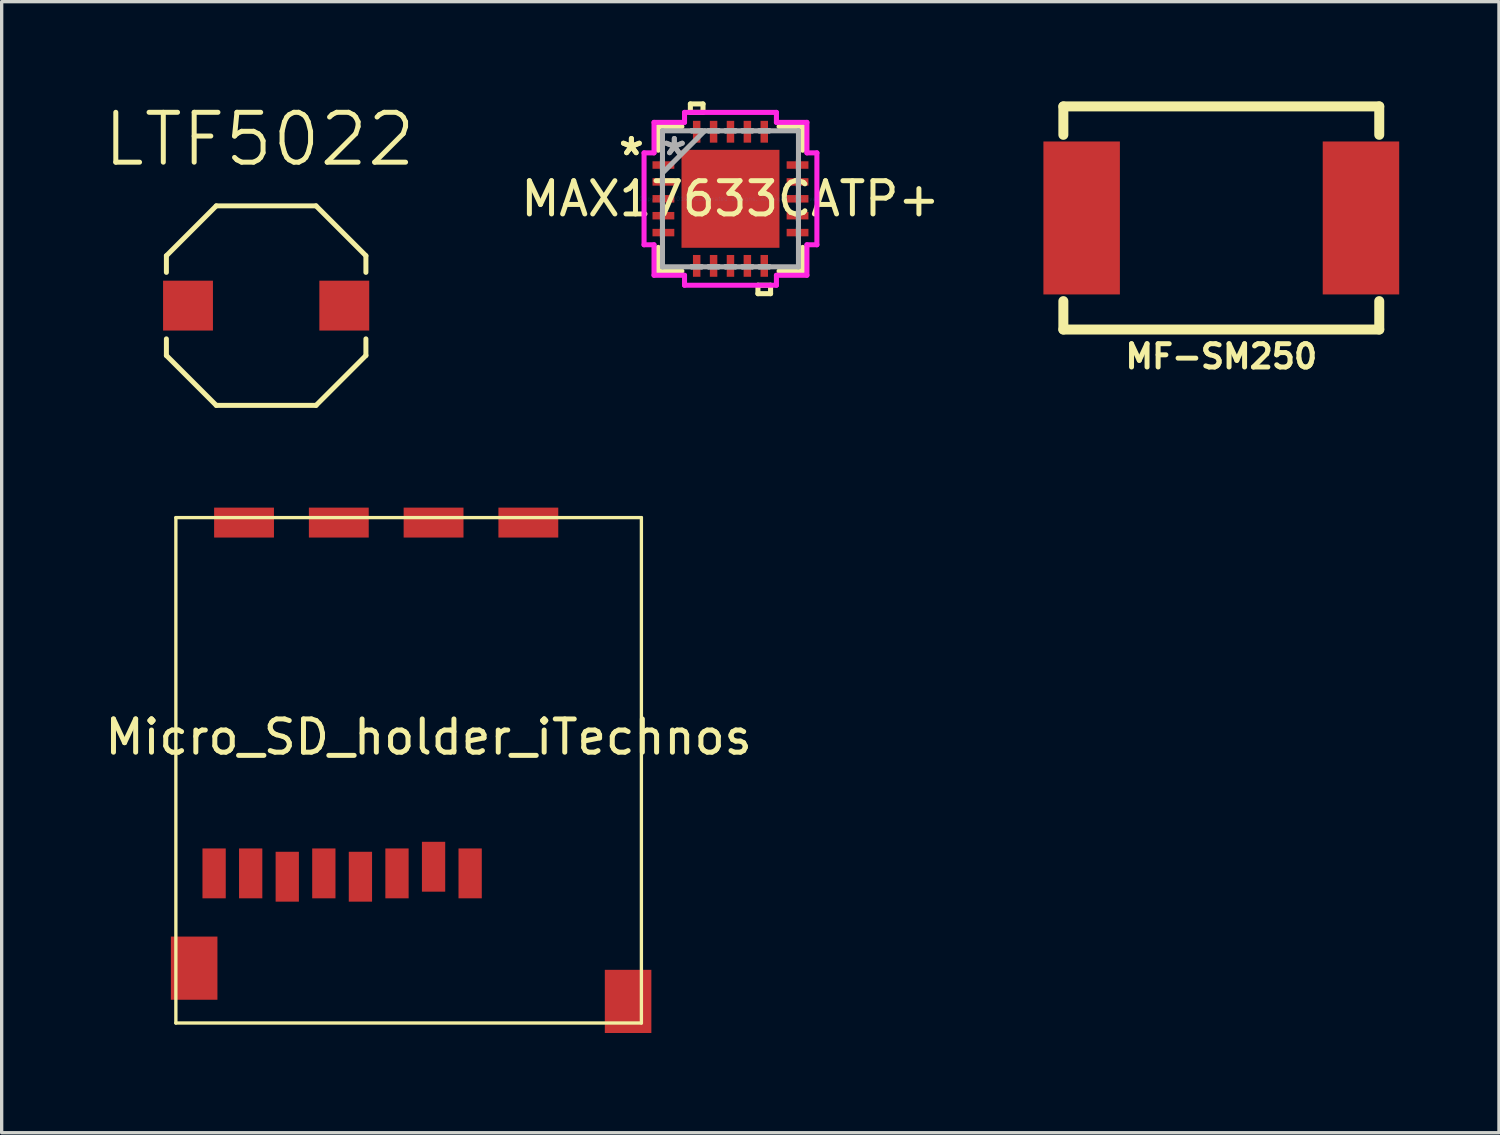
<source format=kicad_pcb>
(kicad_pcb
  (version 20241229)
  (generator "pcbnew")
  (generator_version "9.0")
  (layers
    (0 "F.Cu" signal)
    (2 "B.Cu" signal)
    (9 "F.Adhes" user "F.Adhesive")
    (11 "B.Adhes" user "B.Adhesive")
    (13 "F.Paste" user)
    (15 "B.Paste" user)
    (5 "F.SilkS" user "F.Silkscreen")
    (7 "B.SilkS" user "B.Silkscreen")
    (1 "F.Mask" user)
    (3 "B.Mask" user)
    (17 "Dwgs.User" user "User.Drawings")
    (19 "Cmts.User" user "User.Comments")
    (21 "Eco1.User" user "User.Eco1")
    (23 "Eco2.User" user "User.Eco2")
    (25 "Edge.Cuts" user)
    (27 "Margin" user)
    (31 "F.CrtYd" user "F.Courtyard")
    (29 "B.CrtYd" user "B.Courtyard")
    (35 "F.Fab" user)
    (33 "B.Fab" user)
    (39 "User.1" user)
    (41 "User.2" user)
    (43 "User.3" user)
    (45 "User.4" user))
  (footprint "MF-SM250"
    (layer "F.Cu")
    (at 33.679 3.505)
    (property "Reference" "MF-SM250" (at 0 4.166 0) (layer "F.SilkS") (effects (font (size 0.7 0.7) (thickness 0.15))))
    (attr through_hole)
    (fp_line (start -4.75 -3.355) (end -4.75 -2.5) (stroke (width 0.3) (type solid)) (layer "F.SilkS"))
    (fp_line (start -4.75 -3.355) (end 4.75 -3.355) (stroke (width 0.3) (type solid)) (layer "F.SilkS"))
    (fp_line (start -4.75 2.5) (end -4.75 3.355) (stroke (width 0.3) (type solid)) (layer "F.SilkS"))
    (fp_line (start -4.75 3.355) (end 4.75 3.355) (stroke (width 0.3) (type solid)) (layer "F.SilkS"))
    (fp_line (start 4.75 -3.355) (end 4.75 -2.5) (stroke (width 0.3) (type solid)) (layer "F.SilkS"))
    (fp_line (start 4.75 2.5) (end 4.75 3.355) (stroke (width 0.3) (type solid)) (layer "F.SilkS"))
    (pad "1" smd rect (at -4.2 0) (size 2.3 4.6) (layers "F.Cu" "F.Mask" "F.Paste"))
    (pad "2" smd rect (at 4.2 0) (size 2.3 4.6) (layers "F.Cu" "F.Mask" "F.Paste")))
  (footprint "MAX17633CATP+"
    (layer "F.Cu")
    (at 18.918 2.929)
    (property "Reference" "MAX17633CATP+" (at 0 0 0) (layer "F.SilkS") (effects (font (size 1 1) (thickness 0.15))))
    (attr through_hole)
    (fp_line (start -2.172 -2.172) (end -2.172 -1.461) (stroke (width 0.152) (type solid)) (layer "F.SilkS"))
    (fp_line (start -2.172 1.461) (end -2.172 2.172) (stroke (width 0.152) (type solid)) (layer "F.SilkS"))
    (fp_line (start -2.172 2.172) (end -1.461 2.172) (stroke (width 0.152) (type solid)) (layer "F.SilkS"))
    (fp_line (start -1.461 -2.172) (end -2.172 -2.172) (stroke (width 0.152) (type solid)) (layer "F.SilkS"))
    (fp_line (start -1.206 -2.853) (end -0.826 -2.853) (stroke (width 0.152) (type solid)) (layer "F.SilkS"))
    (fp_line (start -1.206 -2.599) (end -1.206 -2.853) (stroke (width 0.152) (type solid)) (layer "F.SilkS"))
    (fp_line (start -0.826 -2.853) (end -0.826 -2.599) (stroke (width 0.152) (type solid)) (layer "F.SilkS"))
    (fp_line (start -0.826 -2.599) (end -1.206 -2.599) (stroke (width 0.152) (type solid)) (layer "F.SilkS"))
    (fp_line (start 0.826 2.599) (end 0.826 2.853) (stroke (width 0.152) (type solid)) (layer "F.SilkS"))
    (fp_line (start 0.826 2.853) (end 1.206 2.853) (stroke (width 0.152) (type solid)) (layer "F.SilkS"))
    (fp_line (start 1.206 2.599) (end 0.826 2.599) (stroke (width 0.152) (type solid)) (layer "F.SilkS"))
    (fp_line (start 1.206 2.853) (end 1.206 2.599) (stroke (width 0.152) (type solid)) (layer "F.SilkS"))
    (fp_line (start 1.461 2.172) (end 2.172 2.172) (stroke (width 0.152) (type solid)) (layer "F.SilkS"))
    (fp_line (start 2.172 -2.172) (end 1.461 -2.172) (stroke (width 0.152) (type solid)) (layer "F.SilkS"))
    (fp_line (start 2.172 -1.461) (end 2.172 -2.172) (stroke (width 0.152) (type solid)) (layer "F.SilkS"))
    (fp_line (start 2.172 2.172) (end 2.172 1.461) (stroke (width 0.152) (type solid)) (layer "F.SilkS"))
    (fp_line (start -1.373 -1.373) (end -1.373 -0.1) (stroke (width 0.152) (type solid)) (layer "F.Paste"))
    (fp_line (start -1.373 -0.1) (end -0.1 -0.1) (stroke (width 0.152) (type solid)) (layer "F.Paste"))
    (fp_line (start -1.373 0.1) (end -1.373 1.373) (stroke (width 0.152) (type solid)) (layer "F.Paste"))
    (fp_line (start -1.373 1.373) (end -0.1 1.373) (stroke (width 0.152) (type solid)) (layer "F.Paste"))
    (fp_line (start -0.1 -1.373) (end -1.373 -1.373) (stroke (width 0.152) (type solid)) (layer "F.Paste"))
    (fp_line (start -0.1 -0.1) (end -0.1 -1.373) (stroke (width 0.152) (type solid)) (layer "F.Paste"))
    (fp_line (start -0.1 0.1) (end -1.373 0.1) (stroke (width 0.152) (type solid)) (layer "F.Paste"))
    (fp_line (start -0.1 1.373) (end -0.1 0.1) (stroke (width 0.152) (type solid)) (layer "F.Paste"))
    (fp_line (start 0.1 -1.373) (end 0.1 -0.1) (stroke (width 0.152) (type solid)) (layer "F.Paste"))
    (fp_line (start 0.1 -0.1) (end 1.373 -0.1) (stroke (width 0.152) (type solid)) (layer "F.Paste"))
    (fp_line (start 0.1 0.1) (end 0.1 1.373) (stroke (width 0.152) (type solid)) (layer "F.Paste"))
    (fp_line (start 0.1 1.373) (end 1.373 1.373) (stroke (width 0.152) (type solid)) (layer "F.Paste"))
    (fp_line (start 1.373 -1.373) (end 0.1 -1.373) (stroke (width 0.152) (type solid)) (layer "F.Paste"))
    (fp_line (start 1.373 -0.1) (end 1.373 -1.373) (stroke (width 0.152) (type solid)) (layer "F.Paste"))
    (fp_line (start 1.373 0.1) (end 0.1 0.1) (stroke (width 0.152) (type solid)) (layer "F.Paste"))
    (fp_line (start 1.373 1.373) (end 1.373 0.1) (stroke (width 0.152) (type solid)) (layer "F.Paste"))
    (fp_line (start -2.599 -1.382) (end -2.299 -1.382) (stroke (width 0.152) (type solid)) (layer "F.CrtYd"))
    (fp_line (start -2.599 1.382) (end -2.599 -1.382) (stroke (width 0.152) (type solid)) (layer "F.CrtYd"))
    (fp_line (start -2.299 -2.299) (end -1.382 -2.299) (stroke (width 0.152) (type solid)) (layer "F.CrtYd"))
    (fp_line (start -2.299 -1.382) (end -2.299 -2.299) (stroke (width 0.152) (type solid)) (layer "F.CrtYd"))
    (fp_line (start -2.299 1.382) (end -2.599 1.382) (stroke (width 0.152) (type solid)) (layer "F.CrtYd"))
    (fp_line (start -2.299 2.299) (end -2.299 1.382) (stroke (width 0.152) (type solid)) (layer "F.CrtYd"))
    (fp_line (start -1.382 -2.599) (end 1.382 -2.599) (stroke (width 0.152) (type solid)) (layer "F.CrtYd"))
    (fp_line (start -1.382 -2.299) (end -1.382 -2.599) (stroke (width 0.152) (type solid)) (layer "F.CrtYd"))
    (fp_line (start -1.382 2.299) (end -2.299 2.299) (stroke (width 0.152) (type solid)) (layer "F.CrtYd"))
    (fp_line (start -1.382 2.599) (end -1.382 2.299) (stroke (width 0.152) (type solid)) (layer "F.CrtYd"))
    (fp_line (start 1.382 -2.599) (end 1.382 -2.299) (stroke (width 0.152) (type solid)) (layer "F.CrtYd"))
    (fp_line (start 1.382 -2.299) (end 2.299 -2.299) (stroke (width 0.152) (type solid)) (layer "F.CrtYd"))
    (fp_line (start 1.382 2.299) (end 1.382 2.599) (stroke (width 0.152) (type solid)) (layer "F.CrtYd"))
    (fp_line (start 1.382 2.599) (end -1.382 2.599) (stroke (width 0.152) (type solid)) (layer "F.CrtYd"))
    (fp_line (start 2.299 -2.299) (end 2.299 -1.382) (stroke (width 0.152) (type solid)) (layer "F.CrtYd"))
    (fp_line (start 2.299 -1.382) (end 2.599 -1.382) (stroke (width 0.152) (type solid)) (layer "F.CrtYd"))
    (fp_line (start 2.299 1.382) (end 2.299 2.299) (stroke (width 0.152) (type solid)) (layer "F.CrtYd"))
    (fp_line (start 2.299 2.299) (end 1.382 2.299) (stroke (width 0.152) (type solid)) (layer "F.CrtYd"))
    (fp_line (start 2.599 -1.382) (end 2.599 1.382) (stroke (width 0.152) (type solid)) (layer "F.CrtYd"))
    (fp_line (start 2.599 1.382) (end 2.299 1.382) (stroke (width 0.152) (type solid)) (layer "F.CrtYd"))
    (fp_line (start -2.045 -2.045) (end -2.045 -2.045) (stroke (width 0.152) (type solid)) (layer "F.Fab"))
    (fp_line (start -2.045 -2.045) (end -2.045 2.045) (stroke (width 0.152) (type solid)) (layer "F.Fab"))
    (fp_line (start -2.045 -1.168) (end -2.045 -1.168) (stroke (width 0.152) (type solid)) (layer "F.Fab"))
    (fp_line (start -2.045 -1.168) (end -2.045 -0.864) (stroke (width 0.152) (type solid)) (layer "F.Fab"))
    (fp_line (start -2.045 -0.864) (end -2.045 -1.168) (stroke (width 0.152) (type solid)) (layer "F.Fab"))
    (fp_line (start -2.045 -0.864) (end -2.045 -0.864) (stroke (width 0.152) (type solid)) (layer "F.Fab"))
    (fp_line (start -2.045 -0.775) (end -0.775 -2.045) (stroke (width 0.152) (type solid)) (layer "F.Fab"))
    (fp_line (start -2.045 -0.66) (end -2.045 -0.66) (stroke (width 0.152) (type solid)) (layer "F.Fab"))
    (fp_line (start -2.045 -0.66) (end -2.045 -0.356) (stroke (width 0.152) (type solid)) (layer "F.Fab"))
    (fp_line (start -2.045 -0.356) (end -2.045 -0.66) (stroke (width 0.152) (type solid)) (layer "F.Fab"))
    (fp_line (start -2.045 -0.356) (end -2.045 -0.356) (stroke (width 0.152) (type solid)) (layer "F.Fab"))
    (fp_line (start -2.045 -0.152) (end -2.045 -0.152) (stroke (width 0.152) (type solid)) (layer "F.Fab"))
    (fp_line (start -2.045 -0.152) (end -2.045 0.152) (stroke (width 0.152) (type solid)) (layer "F.Fab"))
    (fp_line (start -2.045 0.152) (end -2.045 -0.152) (stroke (width 0.152) (type solid)) (layer "F.Fab"))
    (fp_line (start -2.045 0.152) (end -2.045 0.152) (stroke (width 0.152) (type solid)) (layer "F.Fab"))
    (fp_line (start -2.045 0.356) (end -2.045 0.356) (stroke (width 0.152) (type solid)) (layer "F.Fab"))
    (fp_line (start -2.045 0.356) (end -2.045 0.66) (stroke (width 0.152) (type solid)) (layer "F.Fab"))
    (fp_line (start -2.045 0.66) (end -2.045 0.356) (stroke (width 0.152) (type solid)) (layer "F.Fab"))
    (fp_line (start -2.045 0.66) (end -2.045 0.66) (stroke (width 0.152) (type solid)) (layer "F.Fab"))
    (fp_line (start -2.045 0.864) (end -2.045 0.864) (stroke (width 0.152) (type solid)) (layer "F.Fab"))
    (fp_line (start -2.045 0.864) (end -2.045 1.168) (stroke (width 0.152) (type solid)) (layer "F.Fab"))
    (fp_line (start -2.045 1.168) (end -2.045 0.864) (stroke (width 0.152) (type solid)) (layer "F.Fab"))
    (fp_line (start -2.045 1.168) (end -2.045 1.168) (stroke (width 0.152) (type solid)) (layer "F.Fab"))
    (fp_line (start -2.045 2.045) (end -2.045 2.045) (stroke (width 0.152) (type solid)) (layer "F.Fab"))
    (fp_line (start -2.045 2.045) (end 2.045 2.045) (stroke (width 0.152) (type solid)) (layer "F.Fab"))
    (fp_line (start -1.168 -2.045) (end -1.168 -2.045) (stroke (width 0.152) (type solid)) (layer "F.Fab"))
    (fp_line (start -1.168 -2.045) (end -0.864 -2.045) (stroke (width 0.152) (type solid)) (layer "F.Fab"))
    (fp_line (start -1.168 2.045) (end -1.168 2.045) (stroke (width 0.152) (type solid)) (layer "F.Fab"))
    (fp_line (start -1.168 2.045) (end -0.864 2.045) (stroke (width 0.152) (type solid)) (layer "F.Fab"))
    (fp_line (start -0.864 -2.045) (end -1.168 -2.045) (stroke (width 0.152) (type solid)) (layer "F.Fab"))
    (fp_line (start -0.864 -2.045) (end -0.864 -2.045) (stroke (width 0.152) (type solid)) (layer "F.Fab"))
    (fp_line (start -0.864 2.045) (end -1.168 2.045) (stroke (width 0.152) (type solid)) (layer "F.Fab"))
    (fp_line (start -0.864 2.045) (end -0.864 2.045) (stroke (width 0.152) (type solid)) (layer "F.Fab"))
    (fp_line (start -0.66 -2.045) (end -0.66 -2.045) (stroke (width 0.152) (type solid)) (layer "F.Fab"))
    (fp_line (start -0.66 -2.045) (end -0.356 -2.045) (stroke (width 0.152) (type solid)) (layer "F.Fab"))
    (fp_line (start -0.66 2.045) (end -0.66 2.045) (stroke (width 0.152) (type solid)) (layer "F.Fab"))
    (fp_line (start -0.66 2.045) (end -0.356 2.045) (stroke (width 0.152) (type solid)) (layer "F.Fab"))
    (fp_line (start -0.356 -2.045) (end -0.66 -2.045) (stroke (width 0.152) (type solid)) (layer "F.Fab"))
    (fp_line (start -0.356 -2.045) (end -0.356 -2.045) (stroke (width 0.152) (type solid)) (layer "F.Fab"))
    (fp_line (start -0.356 2.045) (end -0.66 2.045) (stroke (width 0.152) (type solid)) (layer "F.Fab"))
    (fp_line (start -0.356 2.045) (end -0.356 2.045) (stroke (width 0.152) (type solid)) (layer "F.Fab"))
    (fp_line (start -0.152 -2.045) (end -0.152 -2.045) (stroke (width 0.152) (type solid)) (layer "F.Fab"))
    (fp_line (start -0.152 -2.045) (end 0.152 -2.045) (stroke (width 0.152) (type solid)) (layer "F.Fab"))
    (fp_line (start -0.152 2.045) (end -0.152 2.045) (stroke (width 0.152) (type solid)) (layer "F.Fab"))
    (fp_line (start -0.152 2.045) (end 0.152 2.045) (stroke (width 0.152) (type solid)) (layer "F.Fab"))
    (fp_line (start 0.152 -2.045) (end -0.152 -2.045) (stroke (width 0.152) (type solid)) (layer "F.Fab"))
    (fp_line (start 0.152 -2.045) (end 0.152 -2.045) (stroke (width 0.152) (type solid)) (layer "F.Fab"))
    (fp_line (start 0.152 2.045) (end -0.152 2.045) (stroke (width 0.152) (type solid)) (layer "F.Fab"))
    (fp_line (start 0.152 2.045) (end 0.152 2.045) (stroke (width 0.152) (type solid)) (layer "F.Fab"))
    (fp_line (start 0.356 -2.045) (end 0.356 -2.045) (stroke (width 0.152) (type solid)) (layer "F.Fab"))
    (fp_line (start 0.356 -2.045) (end 0.66 -2.045) (stroke (width 0.152) (type solid)) (layer "F.Fab"))
    (fp_line (start 0.356 2.045) (end 0.356 2.045) (stroke (width 0.152) (type solid)) (layer "F.Fab"))
    (fp_line (start 0.356 2.045) (end 0.66 2.045) (stroke (width 0.152) (type solid)) (layer "F.Fab"))
    (fp_line (start 0.66 -2.045) (end 0.356 -2.045) (stroke (width 0.152) (type solid)) (layer "F.Fab"))
    (fp_line (start 0.66 -2.045) (end 0.66 -2.045) (stroke (width 0.152) (type solid)) (layer "F.Fab"))
    (fp_line (start 0.66 2.045) (end 0.356 2.045) (stroke (width 0.152) (type solid)) (layer "F.Fab"))
    (fp_line (start 0.66 2.045) (end 0.66 2.045) (stroke (width 0.152) (type solid)) (layer "F.Fab"))
    (fp_line (start 0.864 -2.045) (end 0.864 -2.045) (stroke (width 0.152) (type solid)) (layer "F.Fab"))
    (fp_line (start 0.864 -2.045) (end 1.168 -2.045) (stroke (width 0.152) (type solid)) (layer "F.Fab"))
    (fp_line (start 0.864 2.045) (end 0.864 2.045) (stroke (width 0.152) (type solid)) (layer "F.Fab"))
    (fp_line (start 0.864 2.045) (end 1.168 2.045) (stroke (width 0.152) (type solid)) (layer "F.Fab"))
    (fp_line (start 1.168 -2.045) (end 0.864 -2.045) (stroke (width 0.152) (type solid)) (layer "F.Fab"))
    (fp_line (start 1.168 -2.045) (end 1.168 -2.045) (stroke (width 0.152) (type solid)) (layer "F.Fab"))
    (fp_line (start 1.168 2.045) (end 0.864 2.045) (stroke (width 0.152) (type solid)) (layer "F.Fab"))
    (fp_line (start 1.168 2.045) (end 1.168 2.045) (stroke (width 0.152) (type solid)) (layer "F.Fab"))
    (fp_line (start 2.045 -2.045) (end -2.045 -2.045) (stroke (width 0.152) (type solid)) (layer "F.Fab"))
    (fp_line (start 2.045 -2.045) (end 2.045 -2.045) (stroke (width 0.152) (type solid)) (layer "F.Fab"))
    (fp_line (start 2.045 -1.168) (end 2.045 -1.168) (stroke (width 0.152) (type solid)) (layer "F.Fab"))
    (fp_line (start 2.045 -1.168) (end 2.045 -0.864) (stroke (width 0.152) (type solid)) (layer "F.Fab"))
    (fp_line (start 2.045 -0.864) (end 2.045 -1.168) (stroke (width 0.152) (type solid)) (layer "F.Fab"))
    (fp_line (start 2.045 -0.864) (end 2.045 -0.864) (stroke (width 0.152) (type solid)) (layer "F.Fab"))
    (fp_line (start 2.045 -0.66) (end 2.045 -0.66) (stroke (width 0.152) (type solid)) (layer "F.Fab"))
    (fp_line (start 2.045 -0.66) (end 2.045 -0.356) (stroke (width 0.152) (type solid)) (layer "F.Fab"))
    (fp_line (start 2.045 -0.356) (end 2.045 -0.66) (stroke (width 0.152) (type solid)) (layer "F.Fab"))
    (fp_line (start 2.045 -0.356) (end 2.045 -0.356) (stroke (width 0.152) (type solid)) (layer "F.Fab"))
    (fp_line (start 2.045 -0.152) (end 2.045 -0.152) (stroke (width 0.152) (type solid)) (layer "F.Fab"))
    (fp_line (start 2.045 -0.152) (end 2.045 0.152) (stroke (width 0.152) (type solid)) (layer "F.Fab"))
    (fp_line (start 2.045 0.152) (end 2.045 -0.152) (stroke (width 0.152) (type solid)) (layer "F.Fab"))
    (fp_line (start 2.045 0.152) (end 2.045 0.152) (stroke (width 0.152) (type solid)) (layer "F.Fab"))
    (fp_line (start 2.045 0.356) (end 2.045 0.356) (stroke (width 0.152) (type solid)) (layer "F.Fab"))
    (fp_line (start 2.045 0.356) (end 2.045 0.66) (stroke (width 0.152) (type solid)) (layer "F.Fab"))
    (fp_line (start 2.045 0.66) (end 2.045 0.356) (stroke (width 0.152) (type solid)) (layer "F.Fab"))
    (fp_line (start 2.045 0.66) (end 2.045 0.66) (stroke (width 0.152) (type solid)) (layer "F.Fab"))
    (fp_line (start 2.045 0.864) (end 2.045 0.864) (stroke (width 0.152) (type solid)) (layer "F.Fab"))
    (fp_line (start 2.045 0.864) (end 2.045 1.168) (stroke (width 0.152) (type solid)) (layer "F.Fab"))
    (fp_line (start 2.045 1.168) (end 2.045 0.864) (stroke (width 0.152) (type solid)) (layer "F.Fab"))
    (fp_line (start 2.045 1.168) (end 2.045 1.168) (stroke (width 0.152) (type solid)) (layer "F.Fab"))
    (fp_line (start 2.045 2.045) (end 2.045 -2.045) (stroke (width 0.152) (type solid)) (layer "F.Fab"))
    (fp_line (start 2.045 2.045) (end 2.045 2.045) (stroke (width 0.152) (type solid)) (layer "F.Fab"))
    (fp_text user "*" (at -2.98 -1.27 0) (layer "F.SilkS") (effects (font (size 1 1) (thickness 0.15))))
    (fp_text user "*" (at -2.98 -1.27 0) (layer "F.SilkS") (effects (font (size 1 1) (thickness 0.15))))
    (fp_text user "Copyright 2016 Accelerated Designs. All rights reserved." (at 0 0 0) (layer "Cmts.User") (effects (font (size 0.127 0.127) (thickness 0.002))))
    (fp_text user "*" (at -1.689 -1.27 0) (layer "F.Fab") (effects (font (size 1 1) (thickness 0.15))))
    (fp_text user "*" (at -1.689 -1.27 0) (layer "F.Fab") (effects (font (size 1 1) (thickness 0.15))))
    (pad "1" smd rect (at -2.017 -1.016 90) (size 0.225 0.656) (layers "F.Cu" "F.Mask" "F.Paste"))
    (pad "2" smd rect (at -2.017 -0.508 90) (size 0.225 0.656) (layers "F.Cu" "F.Mask" "F.Paste"))
    (pad "3" smd rect (at -2.017 0 90) (size 0.225 0.656) (layers "F.Cu" "F.Mask" "F.Paste"))
    (pad "4" smd rect (at -2.017 0.508 90) (size 0.225 0.656) (layers "F.Cu" "F.Mask" "F.Paste"))
    (pad "5" smd rect (at -2.017 1.016 90) (size 0.225 0.656) (layers "F.Cu" "F.Mask" "F.Paste"))
    (pad "6" smd rect (at -1.016 2.017) (size 0.225 0.656) (layers "F.Cu" "F.Mask" "F.Paste"))
    (pad "7" smd rect (at -0.508 2.017) (size 0.225 0.656) (layers "F.Cu" "F.Mask" "F.Paste"))
    (pad "8" smd rect (at 0 2.017) (size 0.225 0.656) (layers "F.Cu" "F.Mask" "F.Paste"))
    (pad "9" smd rect (at 0.508 2.017) (size 0.225 0.656) (layers "F.Cu" "F.Mask" "F.Paste"))
    (pad "10" smd rect (at 1.016 2.017) (size 0.225 0.656) (layers "F.Cu" "F.Mask" "F.Paste"))
    (pad "11" smd rect (at 2.017 1.016 90) (size 0.225 0.656) (layers "F.Cu" "F.Mask" "F.Paste"))
    (pad "12" smd rect (at 2.017 0.508 90) (size 0.225 0.656) (layers "F.Cu" "F.Mask" "F.Paste"))
    (pad "13" smd rect (at 2.017 0 90) (size 0.225 0.656) (layers "F.Cu" "F.Mask" "F.Paste"))
    (pad "14" smd rect (at 2.017 -0.508 90) (size 0.225 0.656) (layers "F.Cu" "F.Mask" "F.Paste"))
    (pad "15" smd rect (at 2.017 -1.016 90) (size 0.225 0.656) (layers "F.Cu" "F.Mask" "F.Paste"))
    (pad "16" smd rect (at 1.016 -2.017) (size 0.225 0.656) (layers "F.Cu" "F.Mask" "F.Paste"))
    (pad "17" smd rect (at 0.508 -2.017) (size 0.225 0.656) (layers "F.Cu" "F.Mask" "F.Paste"))
    (pad "18" smd rect (at 0 -2.017) (size 0.225 0.656) (layers "F.Cu" "F.Mask" "F.Paste"))
    (pad "19" smd rect (at -0.508 -2.017) (size 0.225 0.656) (layers "F.Cu" "F.Mask" "F.Paste"))
    (pad "20" smd rect (at -1.016 -2.017) (size 0.225 0.656) (layers "F.Cu" "F.Mask" "F.Paste"))
    (pad "21" smd rect (at 0 0) (size 2.946 2.946) (layers "F.Cu" "F.Mask" "F.Paste")))
  (footprint "Micro_SD_holder_iTechnos"
    (layer "F.Cu")
    (at 9.239 20.116)
    (property "Reference" "Micro_SD_holder_iTechnos" (at 0.6 -1 0) (layer "F.SilkS") (effects (font (size 1 1) (thickness 0.15))))
    (attr through_hole)
    (fp_line (start -7 -7.6) (end -7 7.6) (stroke (width 0.1) (type solid)) (layer "F.SilkS"))
    (fp_line (start -7 7.6) (end 7 7.6) (stroke (width 0.1) (type solid)) (layer "F.SilkS"))
    (fp_line (start 7 -7.6) (end -7 -7.6) (stroke (width 0.1) (type solid)) (layer "F.SilkS"))
    (fp_line (start 7 7.6) (end 7 -7.6) (stroke (width 0.1) (type solid)) (layer "F.SilkS"))
    (pad "1" smd rect (at 1.85 3.1) (size 0.7 1.5) (layers "F.Cu" "F.Mask" "F.Paste"))
    (pad "2" smd rect (at 0.75 2.9) (size 0.7 1.5) (layers "F.Cu" "F.Mask" "F.Paste"))
    (pad "3" smd rect (at -0.35 3.1) (size 0.7 1.5) (layers "F.Cu" "F.Mask" "F.Paste"))
    (pad "4" smd rect (at -1.45 3.2) (size 0.7 1.5) (layers "F.Cu" "F.Mask" "F.Paste"))
    (pad "5" smd rect (at -2.55 3.1) (size 0.7 1.5) (layers "F.Cu" "F.Mask" "F.Paste"))
    (pad "6" smd rect (at -3.65 3.2) (size 0.7 1.5) (layers "F.Cu" "F.Mask" "F.Paste"))
    (pad "7" smd rect (at -4.75 3.1) (size 0.7 1.5) (layers "F.Cu" "F.Mask" "F.Paste"))
    (pad "8" smd rect (at -5.85 3.1) (size 0.7 1.5) (layers "F.Cu" "F.Mask" "F.Paste"))
    (pad "G" smd rect (at -6.45 5.95) (size 1.4 1.9) (layers "F.Cu" "F.Mask" "F.Paste"))
    (pad "G" smd rect (at -2.1 -7.45) (size 1.8 0.9) (layers "F.Cu" "F.Mask" "F.Paste"))
    (pad "G" smd rect (at 3.6 -7.45) (size 1.8 0.9) (layers "F.Cu" "F.Mask" "F.Paste"))
    (pad "G" smd rect (at 6.6 6.95) (size 1.4 1.9) (layers "F.Cu" "F.Mask" "F.Paste"))
    (pad "S" smd rect (at -4.95 -7.45) (size 1.8 0.9) (layers "F.Cu" "F.Mask" "F.Paste"))
    (pad "S" smd rect (at 0.75 -7.45) (size 1.8 0.9) (layers "F.Cu" "F.Mask" "F.Paste")))
  (footprint "LTF5022"
    (layer "F.Cu")
    (at 4.954 6.141)
    (property "Reference" "LTF5022" (at -0.2 -5 0) (layer "F.SilkS") (effects (font (size 1.5 1.5) (thickness 0.15))))
    (attr through_hole)
    (fp_line (start -3 -1.5) (end -1.5 -3) (stroke (width 0.15) (type solid)) (layer "F.SilkS"))
    (fp_line (start -3 -1) (end -3 -1.5) (stroke (width 0.15) (type solid)) (layer "F.SilkS"))
    (fp_line (start -3 1.5) (end -3 1) (stroke (width 0.15) (type solid)) (layer "F.SilkS"))
    (fp_line (start -1.5 -3) (end 1.5 -3) (stroke (width 0.15) (type solid)) (layer "F.SilkS"))
    (fp_line (start -1.5 3) (end -3 1.5) (stroke (width 0.15) (type solid)) (layer "F.SilkS"))
    (fp_line (start 1.5 -3) (end 3 -1.5) (stroke (width 0.15) (type solid)) (layer "F.SilkS"))
    (fp_line (start 1.5 3) (end -1.5 3) (stroke (width 0.15) (type solid)) (layer "F.SilkS"))
    (fp_line (start 3 -1.5) (end 3 -1) (stroke (width 0.15) (type solid)) (layer "F.SilkS"))
    (fp_line (start 3 1) (end 3 1.5) (stroke (width 0.15) (type solid)) (layer "F.SilkS"))
    (fp_line (start 3 1.5) (end 1.5 3) (stroke (width 0.15) (type solid)) (layer "F.SilkS"))
    (pad "1" smd rect (at -2.35 0) (size 1.5 1.5) (layers "F.Cu" "F.Mask" "F.Paste"))
    (pad "2" smd rect (at 2.35 0) (size 1.5 1.5) (layers "F.Cu" "F.Mask" "F.Paste")))
  (gr_rect
    (start -3 -3)
    (end 42.029 31.016)
    (stroke (width 0.1) (type default))
    (fill no)
    (layer "Edge.Cuts")))
</source>
